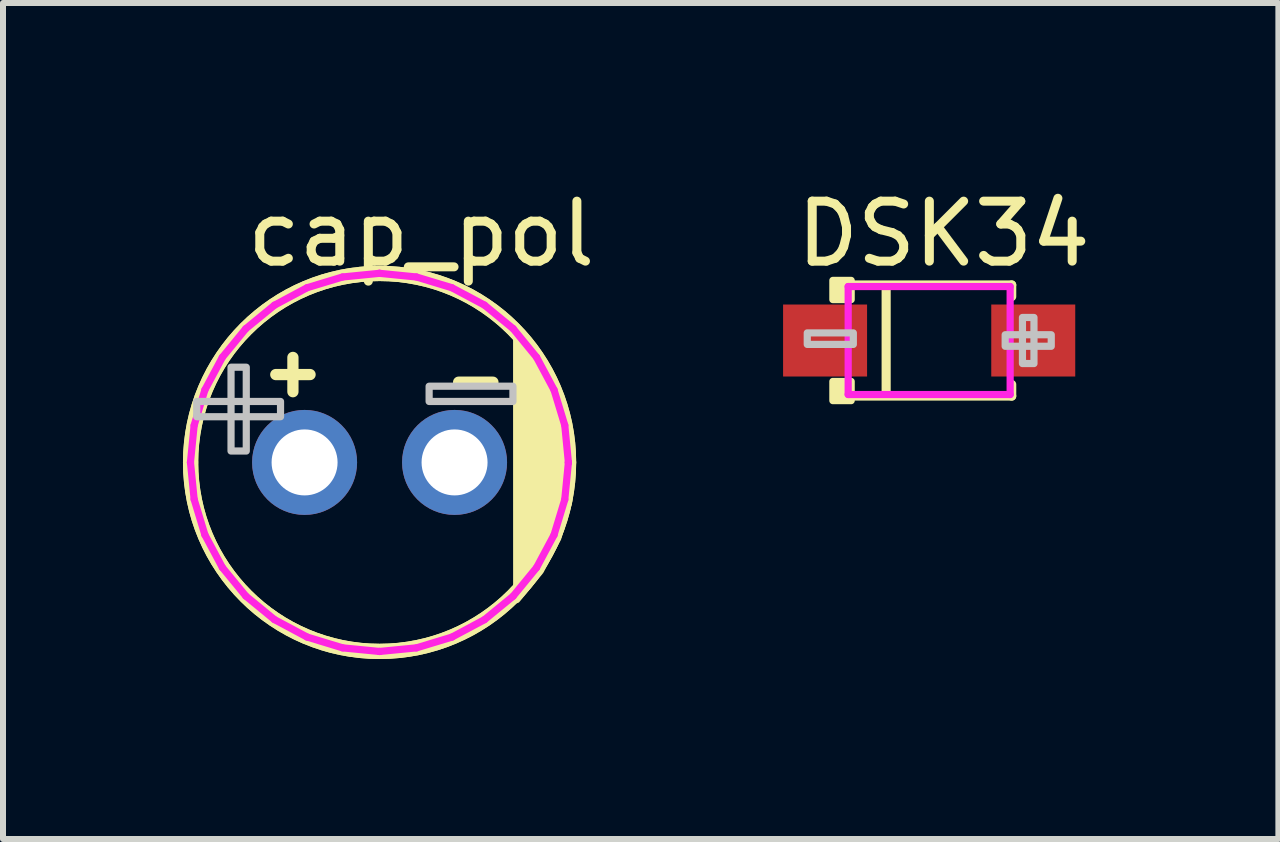
<source format=kicad_pcb>
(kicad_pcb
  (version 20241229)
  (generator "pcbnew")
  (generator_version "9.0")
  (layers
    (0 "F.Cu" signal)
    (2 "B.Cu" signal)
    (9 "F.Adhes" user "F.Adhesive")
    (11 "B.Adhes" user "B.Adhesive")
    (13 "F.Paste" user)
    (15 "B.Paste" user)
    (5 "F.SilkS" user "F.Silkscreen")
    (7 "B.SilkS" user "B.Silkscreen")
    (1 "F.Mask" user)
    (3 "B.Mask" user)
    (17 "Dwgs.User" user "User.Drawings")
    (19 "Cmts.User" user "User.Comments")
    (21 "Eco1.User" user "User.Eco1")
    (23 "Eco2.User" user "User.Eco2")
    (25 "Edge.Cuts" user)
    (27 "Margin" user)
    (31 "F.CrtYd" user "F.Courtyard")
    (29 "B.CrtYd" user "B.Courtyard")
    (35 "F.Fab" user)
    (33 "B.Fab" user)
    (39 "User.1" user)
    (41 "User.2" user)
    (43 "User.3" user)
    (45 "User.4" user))
  (footprint "cap_pol"
    (layer "F.Cu")
    (at 3.277 4.658)
    (property "Reference" "cap_pol" (at -2.286 -3.81 0) (layer "F.SilkS") (effects (font (size 1 1) (thickness 0.15)) (justify left)))
    (attr through_hole)
    (fp_arc (start -3.15 0) (mid 0 -3.15) (end 3.15 0) (stroke (width 0.254) (type solid)) (layer "F.SilkS"))
    (fp_arc (start 3.15 0) (mid 0 3.15) (end -3.15 0) (stroke (width 0.254) (type solid)) (layer "F.SilkS"))
    (fp_circle (center 0 0) (end 3.15 0) (stroke (width 0.254) (type solid)) (fill no) (layer "F.SilkS"))
    (fp_poly (pts (xy 2.286 2.286) (xy 2.285 -2.17) (xy 2.286 -2.169) (xy 2.678 -1.692) (xy 2.969 -1.147) (xy 3.148 -0.556) (xy 3.209 0.059) (xy 3.148 0.673) (xy 2.969 1.264) (xy 2.678 1.809) (xy 2.286 2.286)) (stroke (width 0.12) (type solid)) (fill yes) (layer "F.SilkS"))
    (fp_poly (pts (xy -3.048 -1.016) (xy -1.651 -1.016) (xy -1.651 -0.762) (xy -3.048 -0.762)) (stroke (width 0.12) (type solid)) (fill no) (layer "Dwgs.User"))
    (fp_poly (pts (xy -2.476 -0.19) (xy -2.476 -1.587) (xy -2.222 -1.587) (xy -2.222 -0.19)) (stroke (width 0.12) (type solid)) (fill no) (layer "Dwgs.User"))
    (fp_poly (pts (xy 0.826 -1.27) (xy 2.223 -1.27) (xy 2.223 -1.016) (xy 0.826 -1.016)) (stroke (width 0.12) (type solid)) (fill no) (layer "Dwgs.User"))
    (fp_circle (center -3.152 3.151) (end -3.122 3.151) (stroke (width 0.06) (type solid)) (fill no) (layer "Eco2.User"))
    (fp_circle (center -1.25 0) (end -1.1 0) (stroke (width 0.3) (type solid)) (fill no) (layer "Eco2.User"))
    (fp_circle (center 1.25 0) (end 1.4 0) (stroke (width 0.3) (type solid)) (fill no) (layer "Eco2.User"))
    (fp_line (start -3.152 -0.003) (end -3.091 -0.617) (stroke (width 0.12) (type solid)) (layer "F.CrtYd"))
    (fp_line (start -3.152 0.001) (end -3.152 -0.003) (stroke (width 0.12) (type solid)) (layer "F.CrtYd"))
    (fp_line (start -3.091 -0.617) (end -2.912 -1.208) (stroke (width 0.12) (type solid)) (layer "F.CrtYd"))
    (fp_line (start -3.091 0.615) (end -3.152 0.001) (stroke (width 0.12) (type solid)) (layer "F.CrtYd"))
    (fp_line (start -2.912 -1.208) (end -2.621 -1.752) (stroke (width 0.12) (type solid)) (layer "F.CrtYd"))
    (fp_line (start -2.912 1.206) (end -3.091 0.615) (stroke (width 0.12) (type solid)) (layer "F.CrtYd"))
    (fp_line (start -2.621 -1.752) (end -2.23 -2.229) (stroke (width 0.12) (type solid)) (layer "F.CrtYd"))
    (fp_line (start -2.621 1.751) (end -2.912 1.206) (stroke (width 0.12) (type solid)) (layer "F.CrtYd"))
    (fp_line (start -2.23 -2.229) (end -1.752 -2.621) (stroke (width 0.12) (type solid)) (layer "F.CrtYd"))
    (fp_line (start -2.229 2.228) (end -2.621 1.751) (stroke (width 0.12) (type solid)) (layer "F.CrtYd"))
    (fp_line (start -1.752 -2.621) (end -1.208 -2.912) (stroke (width 0.12) (type solid)) (layer "F.CrtYd"))
    (fp_line (start -1.752 2.62) (end -2.229 2.228) (stroke (width 0.12) (type solid)) (layer "F.CrtYd"))
    (fp_line (start -1.208 -2.912) (end -0.617 -3.091) (stroke (width 0.12) (type solid)) (layer "F.CrtYd"))
    (fp_line (start -1.207 2.911) (end -1.752 2.62) (stroke (width 0.12) (type solid)) (layer "F.CrtYd"))
    (fp_line (start -0.617 -3.091) (end -0.003 -3.152) (stroke (width 0.12) (type solid)) (layer "F.CrtYd"))
    (fp_line (start -0.616 3.091) (end -1.207 2.911) (stroke (width 0.12) (type solid)) (layer "F.CrtYd"))
    (fp_line (start -0.003 -3.152) (end 0 -3.152) (stroke (width 0.12) (type solid)) (layer "F.CrtYd"))
    (fp_line (start -0.002 3.151) (end -0.616 3.091) (stroke (width 0.12) (type solid)) (layer "F.CrtYd"))
    (fp_line (start 0 -3.152) (end 0.614 -3.091) (stroke (width 0.12) (type solid)) (layer "F.CrtYd"))
    (fp_line (start 0.001 3.151) (end -0.002 3.151) (stroke (width 0.12) (type solid)) (layer "F.CrtYd"))
    (fp_line (start 0.614 -3.091) (end 1.205 -2.912) (stroke (width 0.12) (type solid)) (layer "F.CrtYd"))
    (fp_line (start 0.615 3.091) (end 0.001 3.151) (stroke (width 0.12) (type solid)) (layer "F.CrtYd"))
    (fp_line (start 1.205 -2.912) (end 1.749 -2.622) (stroke (width 0.12) (type solid)) (layer "F.CrtYd"))
    (fp_line (start 1.205 2.912) (end 0.615 3.091) (stroke (width 0.12) (type solid)) (layer "F.CrtYd"))
    (fp_line (start 1.749 -2.622) (end 2.226 -2.23) (stroke (width 0.12) (type solid)) (layer "F.CrtYd"))
    (fp_line (start 1.749 2.621) (end 1.205 2.912) (stroke (width 0.12) (type solid)) (layer "F.CrtYd"))
    (fp_line (start 2.226 -2.23) (end 2.617 -1.753) (stroke (width 0.12) (type solid)) (layer "F.CrtYd"))
    (fp_line (start 2.226 2.23) (end 1.749 2.621) (stroke (width 0.12) (type solid)) (layer "F.CrtYd"))
    (fp_line (start 2.617 -1.753) (end 2.908 -1.209) (stroke (width 0.12) (type solid)) (layer "F.CrtYd"))
    (fp_line (start 2.617 1.753) (end 2.226 2.23) (stroke (width 0.12) (type solid)) (layer "F.CrtYd"))
    (fp_line (start 2.908 -1.209) (end 3.087 -0.619) (stroke (width 0.12) (type solid)) (layer "F.CrtYd"))
    (fp_line (start 2.908 1.209) (end 2.617 1.753) (stroke (width 0.12) (type solid)) (layer "F.CrtYd"))
    (fp_line (start 3.087 -0.619) (end 3.147 -0.005) (stroke (width 0.12) (type solid)) (layer "F.CrtYd"))
    (fp_line (start 3.087 0.619) (end 2.908 1.209) (stroke (width 0.12) (type solid)) (layer "F.CrtYd"))
    (fp_line (start 3.147 -0.005) (end 3.147 0.005) (stroke (width 0.12) (type solid)) (layer "F.CrtYd"))
    (fp_line (start 3.147 0.005) (end 3.087 0.619) (stroke (width 0.12) (type solid)) (layer "F.CrtYd"))
    (fp_line (start 3.147 0.005) (end 3.147 0.005) (stroke (width 0.12) (type solid)) (layer "F.CrtYd"))
    (fp_text user "-" (at 1.016 -1.389 0) (layer "F.SilkS") (effects (font (size 0.75 0.75) (thickness 0.203)) (justify left)))
    (fp_text user "+" (at -2.032 -1.516 0) (layer "F.SilkS") (effects (font (size 0.75 0.75) (thickness 0.203)) (justify left)))
    (pad "1" thru_hole circle (at -1.25 0) (size 1.75 1.75) (drill 1.1) (layers "*.Cu" "*.Mask"))
    (pad "2" thru_hole circle (at 1.25 0) (size 1.75 1.75) (drill 1.1) (layers "*.Cu" "*.Mask")))
  (footprint "DSK34"
    (layer "F.Cu")
    (at 12.438 2.626)
    (property "Reference" "DSK34" (at -2.286 -1.778 0) (layer "F.SilkS") (effects (font (size 1 1) (thickness 0.15)) (justify left)))
    (attr through_hole)
    (fp_line (start -1.376 -0.926) (end 1.376 -0.926) (stroke (width 0.152) (type solid)) (layer "F.SilkS"))
    (fp_line (start -1.376 0.926) (end 1.376 0.926) (stroke (width 0.152) (type solid)) (layer "F.SilkS"))
    (fp_line (start -0.717 -0.876) (end -0.717 0.876) (stroke (width 0.152) (type solid)) (layer "F.SilkS"))
    (fp_line (start 1.376 -0.926) (end 1.376 -0.733) (stroke (width 0.152) (type solid)) (layer "F.SilkS"))
    (fp_line (start 1.376 0.926) (end 1.376 0.733) (stroke (width 0.152) (type solid)) (layer "F.SilkS"))
    (fp_poly (pts (xy -1.3 -1.002) (xy -1.3 -0.682) (xy -1.605 -0.682) (xy -1.605 -1.002)) (stroke (width 0.12) (type solid)) (fill yes) (layer "F.SilkS"))
    (fp_poly (pts (xy -1.3 1.002) (xy -1.3 0.682) (xy -1.605 0.682) (xy -1.605 1.002)) (stroke (width 0.12) (type solid)) (fill yes) (layer "F.SilkS"))
    (fp_poly (pts (xy -2.032 -0.127) (xy -2.032 0.065) (xy -1.264 0.065) (xy -1.264 -0.127)) (stroke (width 0.12) (type solid)) (fill no) (layer "Dwgs.User"))
    (fp_poly (pts (xy 1.747 0.384) (xy 1.555 0.384) (xy 1.555 -0.384) (xy 1.747 -0.384)) (stroke (width 0.12) (type solid)) (fill no) (layer "Dwgs.User"))
    (fp_poly (pts (xy 2.035 -0.096) (xy 2.035 0.096) (xy 1.267 0.096) (xy 1.267 -0.096)) (stroke (width 0.12) (type solid)) (fill no) (layer "Dwgs.User"))
    (fp_circle (center -1.95 0.9) (end -1.92 0.9) (stroke (width 0.06) (type solid)) (fill no) (layer "Eco2.User"))
    (fp_poly (pts (xy -1.95 -0.475) (xy -1.15 -0.475) (xy -1.15 0.475) (xy -1.95 0.475)) (stroke (width 0.12) (type solid)) (fill no) (layer "Eco2.User"))
    (fp_poly (pts (xy 1.95 0.475) (xy 1.15 0.475) (xy 1.15 -0.475) (xy 1.95 -0.475)) (stroke (width 0.12) (type solid)) (fill no) (layer "Eco2.User"))
    (fp_line (start -1.35 -0.9) (end 1.35 -0.9) (stroke (width 0.12) (type solid)) (layer "F.CrtYd"))
    (fp_line (start -1.35 0.9) (end -1.35 -0.9) (stroke (width 0.12) (type solid)) (layer "F.CrtYd"))
    (fp_line (start 1.35 -0.9) (end 1.35 0.9) (stroke (width 0.12) (type solid)) (layer "F.CrtYd"))
    (fp_line (start 1.35 0.9) (end -1.35 0.9) (stroke (width 0.12) (type solid)) (layer "F.CrtYd"))
    (pad "1" smd rect (at -1.735 0) (size 1.4 1.2) (layers "F.Cu" "F.Mask" "F.Paste"))
    (pad "2" smd rect (at 1.735 0) (size 1.4 1.2) (layers "F.Cu" "F.Mask" "F.Paste")))
  (gr_rect
    (start -3 -3)
    (end 18.259 10.935)
    (stroke (width 0.1) (type default))
    (fill no)
    (layer "Edge.Cuts")))
</source>
